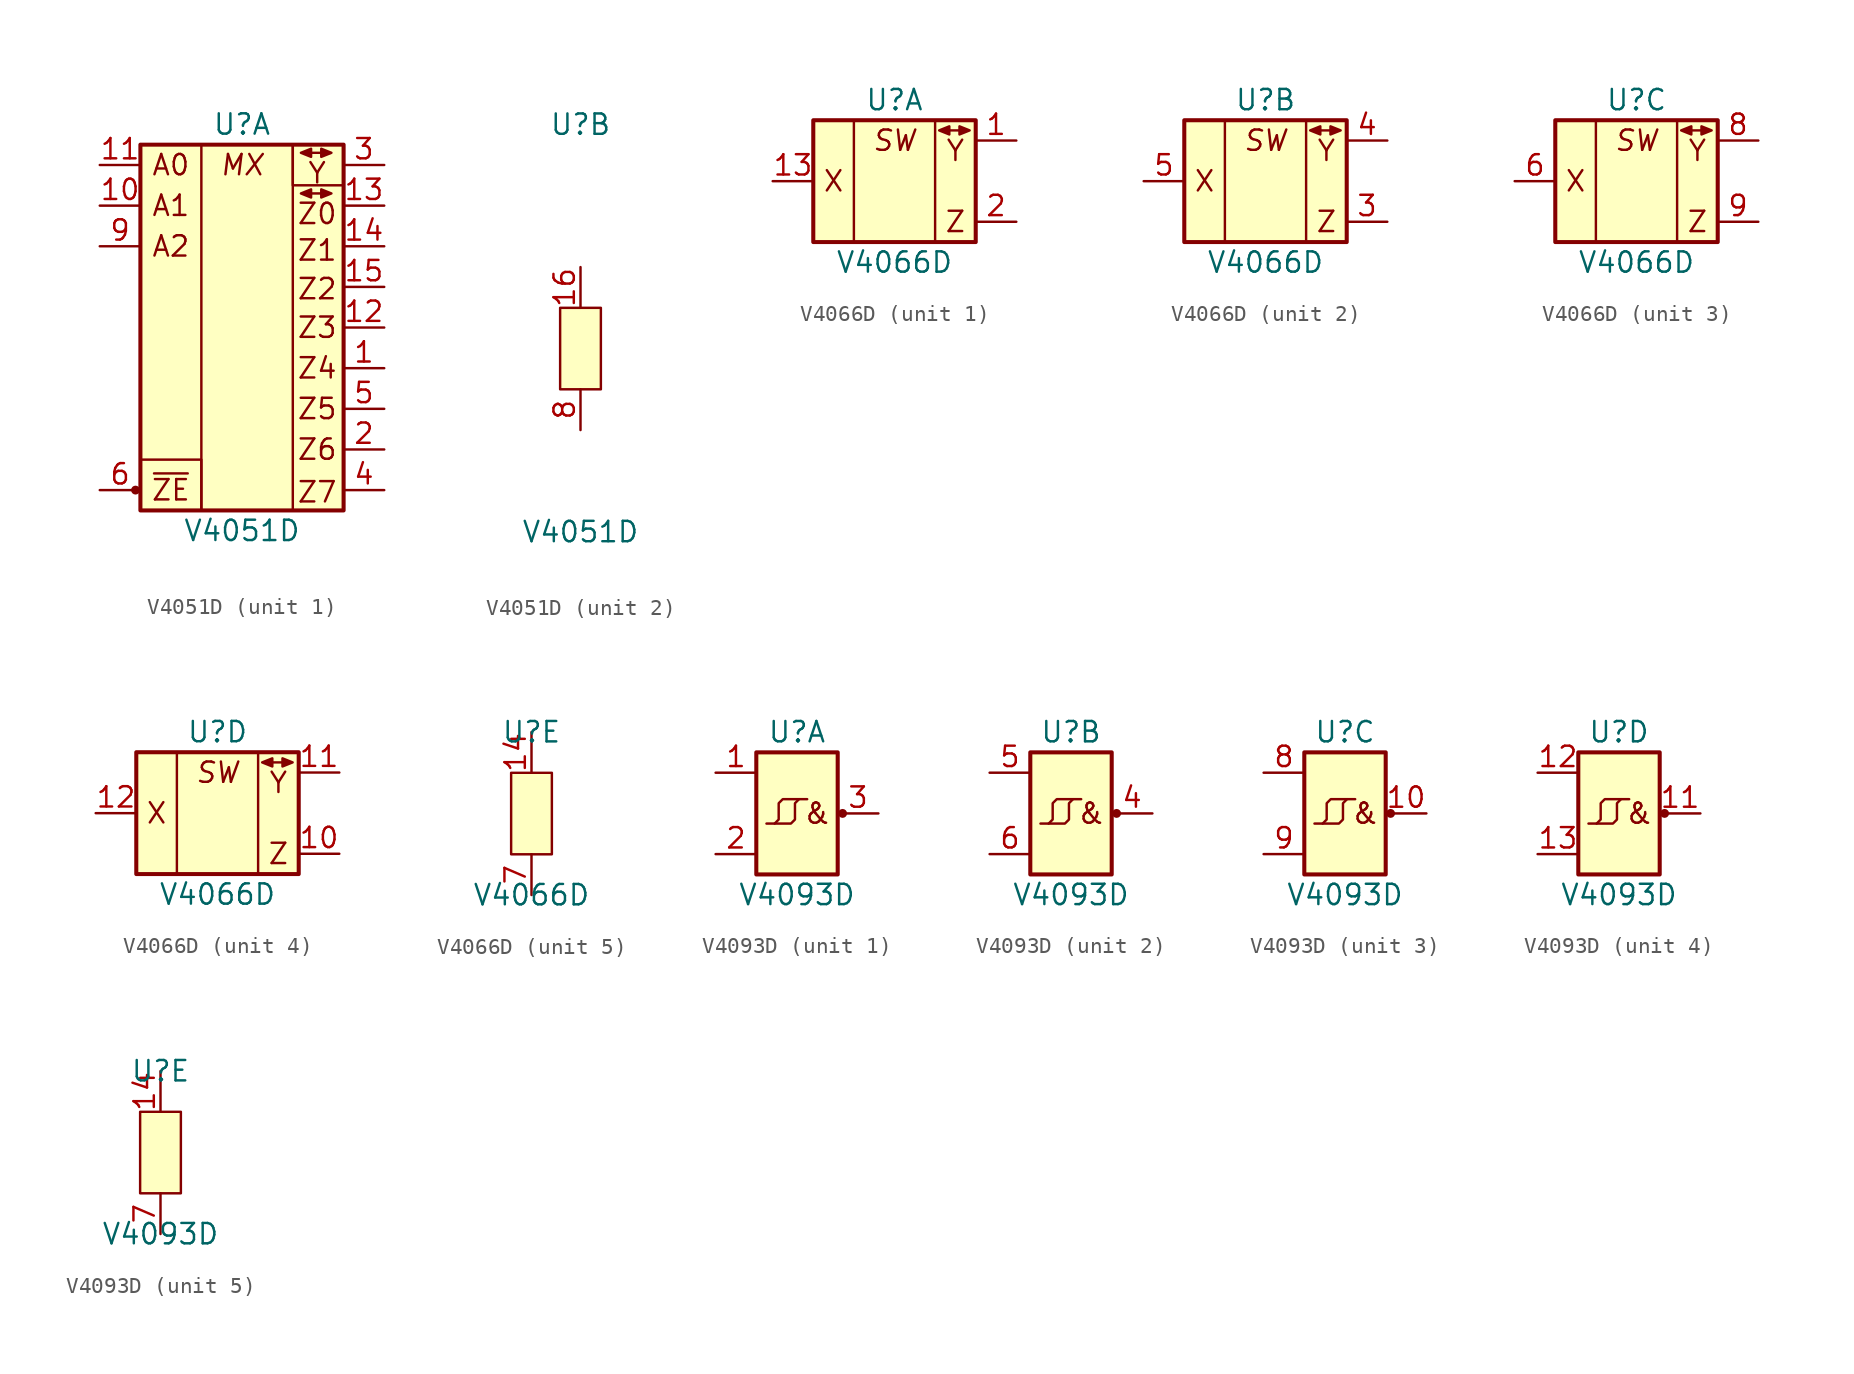
<source format=kicad_sym>
(kicad_symbol_lib
  (version 20211014)
  (generator kicad_symbol_editor)
  (symbol "V4051D"
    (pin_names
      (offset 1.016) hide)
    (property "Reference" "U"
      (at 0 13.97 0)
      (effects (font (size 1.27 1.27))))
    (property "Value" "V4051D"
      (at 0 -11.43 0)
      (effects (font (size 1.27 1.27))))
    (property "ki_locked" ""
      (at 0 0 0)
      (effects (font (size 1.27 1.27))))
    (symbol "V4051D_1_1"
      (circle (center -6.655 -8.89) (radius 0.203) (stroke (width 0) (type default) (color 0 0 0 0)) (fill (type outline)))
      (rectangle (start -6.35 -6.985) (end -2.54 -10.16) (stroke (width 0) (type default) (color 0 0 0 0)) (fill (type none)))
      (rectangle (start -6.35 12.7) (end 6.35 -10.16) (stroke (width 0.254) (type default) (color 0 0 0 0)) (fill (type background)))
      (rectangle (start -2.54 12.7) (end 3.175 -10.16) (stroke (width 0) (type default) (color 0 0 0 0)) (fill (type none)))
      (polyline (pts (xy 4.318 9.652) (xy 4.953 9.652)) (stroke (width 0) (type default) (color 0 0 0 0)) (fill (type none)))
      (polyline (pts (xy 4.318 12.192) (xy 4.953 12.192)) (stroke (width 0) (type default) (color 0 0 0 0)) (fill (type none)))
      (polyline (pts (xy 4.318 9.906) (xy 3.683 9.652) (xy 4.318 9.398) (xy 4.318 9.906)) (stroke (width 0) (type default) (color 0 0 0 0)) (fill (type outline)))
      (polyline (pts (xy 4.318 12.446) (xy 3.683 12.192) (xy 4.318 11.938) (xy 4.318 12.446)) (stroke (width 0) (type default) (color 0 0 0 0)) (fill (type outline)))
      (polyline (pts (xy 4.953 9.906) (xy 5.588 9.652) (xy 4.953 9.398) (xy 4.953 9.906)) (stroke (width 0) (type default) (color 0 0 0 0)) (fill (type outline)))
      (polyline (pts (xy 4.953 12.446) (xy 5.588 12.192) (xy 4.953 11.938) (xy 4.953 12.446)) (stroke (width 0) (type default) (color 0 0 0 0)) (fill (type outline)))
      (rectangle (start 3.175 12.7) (end 6.35 10.16) (stroke (width 0) (type default) (color 0 0 0 0)) (fill (type none)))
      (text "A0" (at -4.445 11.43 0) (effects (font (size 1.27 1.27))))
      (text "A1" (at -4.445 8.89 0) (effects (font (size 1.27 1.27))))
      (text "A2" (at -4.445 6.35 0) (effects (font (size 1.27 1.27))))
      (text "MX" (at 0 11.43 0) (effects (font (size 1.27 1.27) italic)))
      (text "Y" (at 4.699 10.922 0) (effects (font (size 1.27 1.27))))
      (text "Z0" (at 4.699 8.382 0) (effects (font (size 1.27 1.27))))
      (text "Z1" (at 4.699 6.096 0) (effects (font (size 1.27 1.27))))
      (text "Z2" (at 4.699 3.683 0) (effects (font (size 1.27 1.27))))
      (text "Z3" (at 4.699 1.27 0) (effects (font (size 1.27 1.27))))
      (text "Z4" (at 4.699 -1.27 0) (effects (font (size 1.27 1.27))))
      (text "Z5" (at 4.699 -3.81 0) (effects (font (size 1.27 1.27))))
      (text "Z6" (at 4.699 -6.35 0) (effects (font (size 1.27 1.27))))
      (text "Z7" (at 4.699 -9.017 0) (effects (font (size 1.27 1.27))))
      (text "~{ZE}" (at -4.445 -8.89 0) (effects (font (size 1.27 1.27))))
      (pin bidirectional line (at 8.89 -1.27 180) (length 2.54) (name "Z4" (effects (font (size 1.27 1.27)))) (number "1" (effects (font (size 1.27 1.27)))))
      (pin input line (at -8.89 8.89 0) (length 2.54) (name "A1" (effects (font (size 1.27 1.27)))) (number "10" (effects (font (size 1.27 1.27)))))
      (pin input line (at -8.89 11.43 0) (length 2.54) (name "A0" (effects (font (size 1.27 1.27)))) (number "11" (effects (font (size 1.27 1.27)))))
      (pin bidirectional line (at 8.89 1.27 180) (length 2.54) (name "Z3" (effects (font (size 1.27 1.27)))) (number "12" (effects (font (size 1.27 1.27)))))
      (pin bidirectional line (at 8.89 8.89 180) (length 2.54) (name "Z0" (effects (font (size 1.27 1.27)))) (number "13" (effects (font (size 1.27 1.27)))))
      (pin bidirectional line (at 8.89 6.35 180) (length 2.54) (name "Z1" (effects (font (size 1.27 1.27)))) (number "14" (effects (font (size 1.27 1.27)))))
      (pin bidirectional line (at 8.89 3.81 180) (length 2.54) (name "Z2" (effects (font (size 1.27 1.27)))) (number "15" (effects (font (size 1.27 1.27)))))
      (pin bidirectional line (at 8.89 -6.35 180) (length 2.54) (name "Z6" (effects (font (size 1.27 1.27)))) (number "2" (effects (font (size 1.27 1.27)))))
      (pin bidirectional line (at 8.89 11.43 180) (length 2.54) (name "Y" (effects (font (size 1.27 1.27)))) (number "3" (effects (font (size 1.27 1.27)))))
      (pin bidirectional line (at 8.89 -8.89 180) (length 2.54) (name "Z7" (effects (font (size 1.27 1.27)))) (number "4" (effects (font (size 1.27 1.27)))))
      (pin bidirectional line (at 8.89 -3.81 180) (length 2.54) (name "Z5" (effects (font (size 1.27 1.27)))) (number "5" (effects (font (size 1.27 1.27)))))
      (pin input line (at -8.89 -8.89 0) (length 2.54) (name "~{ZE}" (effects (font (size 1.27 1.27)))) (number "6" (effects (font (size 1.27 1.27)))))
      (pin input line (at -8.89 6.35 0) (length 2.54) (name "A2" (effects (font (size 1.27 1.27)))) (number "9" (effects (font (size 1.27 1.27))))))
    (symbol "V4051D_2_1"
      (rectangle (start -1.27 2.54) (end 1.27 -2.54) (stroke (width 0) (type default) (color 0 0 0 0)) (fill (type background)))
      (pin power_in line (at 0 5.08 270) (length 2.54) (name "Vcc" (effects (font (size 1.27 1.27)))) (number "16" (effects (font (size 1.27 1.27)))))
      (pin power_in line (at 0 -5.08 90) (length 2.54) (name "GND" (effects (font (size 1.27 1.27)))) (number "8" (effects (font (size 1.27 1.27)))))))
  (symbol "V4066D"
    (pin_names
      (offset 1.016) hide)
    (property "Reference" "U"
      (at 0 5.08 0)
      (effects (font (size 1.27 1.27))))
    (property "Value" "V4066D"
      (at 0 -5.08 0)
      (effects (font (size 1.27 1.27))))
    (property "ki_locked" ""
      (at 0 0 0)
      (effects (font (size 1.27 1.27))))
    (symbol "V4066D_1_0"
      (pin bidirectional line (at 7.62 2.54 180) (length 2.54) (name "Y0" (effects (font (size 1.27 1.27)))) (number "1" (effects (font (size 1.27 1.27))))))
    (symbol "V4066D_1_1"
      (rectangle (start -5.08 3.81) (end 5.08 -3.81) (stroke (width 0.254) (type default) (color 0 0 0 0)) (fill (type background)))
      (polyline (pts (xy -2.54 3.81) (xy -2.54 -3.81)) (stroke (width 0.152) (type default) (color 0 0 0 0)) (fill (type none)))
      (polyline (pts (xy 2.54 3.81) (xy 2.54 -3.81)) (stroke (width 0.152) (type default) (color 0 0 0 0)) (fill (type none)))
      (polyline (pts (xy 3.429 3.175) (xy 4.064 3.175)) (stroke (width 0) (type default) (color 0 0 0 0)) (fill (type none)))
      (polyline (pts (xy 3.429 3.429) (xy 2.794 3.175) (xy 3.429 2.921) (xy 3.429 3.429)) (stroke (width 0) (type default) (color 0 0 0 0)) (fill (type outline)))
      (polyline (pts (xy 4.064 3.429) (xy 4.699 3.175) (xy 4.064 2.921) (xy 4.064 3.429)) (stroke (width 0) (type default) (color 0 0 0 0)) (fill (type outline)))
      (text "SW" (at 0 2.54 0) (effects (font (size 1.27 1.27) italic)))
      (text "X" (at -3.81 0 0) (effects (font (size 1.27 1.27))))
      (text "Y" (at 3.81 1.905 0) (effects (font (size 1.27 1.27))))
      (text "Z" (at 3.81 -2.54 0) (effects (font (size 1.27 1.27))))
      (pin input line (at -7.62 0 0) (length 2.54) (name "X0" (effects (font (size 1.27 1.27)))) (number "13" (effects (font (size 1.27 1.27)))))
      (pin bidirectional line (at 7.62 -2.54 180) (length 2.54) (name "Z0" (effects (font (size 1.27 1.27)))) (number "2" (effects (font (size 1.27 1.27))))))
    (symbol "V4066D_2_0"
      (pin bidirectional line (at 7.62 2.54 180) (length 2.54) (name "Y1" (effects (font (size 1.27 1.27)))) (number "4" (effects (font (size 1.27 1.27))))))
    (symbol "V4066D_2_1"
      (rectangle (start -5.08 3.81) (end 5.08 -3.81) (stroke (width 0.254) (type default) (color 0 0 0 0)) (fill (type background)))
      (polyline (pts (xy -2.54 3.81) (xy -2.54 -3.81)) (stroke (width 0.152) (type default) (color 0 0 0 0)) (fill (type none)))
      (polyline (pts (xy 2.54 3.81) (xy 2.54 -3.81)) (stroke (width 0.152) (type default) (color 0 0 0 0)) (fill (type none)))
      (polyline (pts (xy 3.429 3.175) (xy 4.064 3.175)) (stroke (width 0) (type default) (color 0 0 0 0)) (fill (type none)))
      (polyline (pts (xy 3.429 3.429) (xy 2.794 3.175) (xy 3.429 2.921) (xy 3.429 3.429)) (stroke (width 0) (type default) (color 0 0 0 0)) (fill (type outline)))
      (polyline (pts (xy 4.064 3.429) (xy 4.699 3.175) (xy 4.064 2.921) (xy 4.064 3.429)) (stroke (width 0) (type default) (color 0 0 0 0)) (fill (type outline)))
      (text "SW" (at 0 2.54 0) (effects (font (size 1.27 1.27) italic)))
      (text "X" (at -3.81 0 0) (effects (font (size 1.27 1.27))))
      (text "Y" (at 3.81 1.905 0) (effects (font (size 1.27 1.27))))
      (text "Z" (at 3.81 -2.54 0) (effects (font (size 1.27 1.27))))
      (pin bidirectional line (at 7.62 -2.54 180) (length 2.54) (name "Z1" (effects (font (size 1.27 1.27)))) (number "3" (effects (font (size 1.27 1.27)))))
      (pin input line (at -7.62 0 0) (length 2.54) (name "X1" (effects (font (size 1.27 1.27)))) (number "5" (effects (font (size 1.27 1.27))))))
    (symbol "V4066D_3_0"
      (pin bidirectional line (at 7.62 2.54 180) (length 2.54) (name "Y2" (effects (font (size 1.27 1.27)))) (number "8" (effects (font (size 1.27 1.27))))))
    (symbol "V4066D_3_1"
      (rectangle (start -5.08 3.81) (end 5.08 -3.81) (stroke (width 0.254) (type default) (color 0 0 0 0)) (fill (type background)))
      (polyline (pts (xy -2.54 3.81) (xy -2.54 -3.81)) (stroke (width 0.152) (type default) (color 0 0 0 0)) (fill (type none)))
      (polyline (pts (xy 2.54 3.81) (xy 2.54 -3.81)) (stroke (width 0.152) (type default) (color 0 0 0 0)) (fill (type none)))
      (polyline (pts (xy 3.429 3.175) (xy 4.064 3.175)) (stroke (width 0) (type default) (color 0 0 0 0)) (fill (type none)))
      (polyline (pts (xy 3.429 3.429) (xy 2.794 3.175) (xy 3.429 2.921) (xy 3.429 3.429)) (stroke (width 0) (type default) (color 0 0 0 0)) (fill (type outline)))
      (polyline (pts (xy 4.064 3.429) (xy 4.699 3.175) (xy 4.064 2.921) (xy 4.064 3.429)) (stroke (width 0) (type default) (color 0 0 0 0)) (fill (type outline)))
      (text "SW" (at 0 2.54 0) (effects (font (size 1.27 1.27) italic)))
      (text "X" (at -3.81 0 0) (effects (font (size 1.27 1.27))))
      (text "Y" (at 3.81 1.905 0) (effects (font (size 1.27 1.27))))
      (text "Z" (at 3.81 -2.54 0) (effects (font (size 1.27 1.27))))
      (pin input line (at -7.62 0 0) (length 2.54) (name "X2" (effects (font (size 1.27 1.27)))) (number "6" (effects (font (size 1.27 1.27)))))
      (pin bidirectional line (at 7.62 -2.54 180) (length 2.54) (name "Z2" (effects (font (size 1.27 1.27)))) (number "9" (effects (font (size 1.27 1.27))))))
    (symbol "V4066D_4_0"
      (pin bidirectional line (at 7.62 2.54 180) (length 2.54) (name "Y3" (effects (font (size 1.27 1.27)))) (number "11" (effects (font (size 1.27 1.27))))))
    (symbol "V4066D_4_1"
      (rectangle (start -5.08 3.81) (end 5.08 -3.81) (stroke (width 0.254) (type default) (color 0 0 0 0)) (fill (type background)))
      (polyline (pts (xy -2.54 3.81) (xy -2.54 -3.81)) (stroke (width 0.152) (type default) (color 0 0 0 0)) (fill (type none)))
      (polyline (pts (xy 2.54 3.81) (xy 2.54 -3.81)) (stroke (width 0.152) (type default) (color 0 0 0 0)) (fill (type none)))
      (polyline (pts (xy 3.429 3.175) (xy 4.064 3.175)) (stroke (width 0) (type default) (color 0 0 0 0)) (fill (type none)))
      (polyline (pts (xy 3.429 3.429) (xy 2.794 3.175) (xy 3.429 2.921) (xy 3.429 3.429)) (stroke (width 0) (type default) (color 0 0 0 0)) (fill (type outline)))
      (polyline (pts (xy 4.064 3.429) (xy 4.699 3.175) (xy 4.064 2.921) (xy 4.064 3.429)) (stroke (width 0) (type default) (color 0 0 0 0)) (fill (type outline)))
      (text "SW" (at 0 2.54 0) (effects (font (size 1.27 1.27) italic)))
      (text "X" (at -3.81 0 0) (effects (font (size 1.27 1.27))))
      (text "Y" (at 3.81 1.905 0) (effects (font (size 1.27 1.27))))
      (text "Z" (at 3.81 -2.54 0) (effects (font (size 1.27 1.27))))
      (pin bidirectional line (at 7.62 -2.54 180) (length 2.54) (name "Z3" (effects (font (size 1.27 1.27)))) (number "10" (effects (font (size 1.27 1.27)))))
      (pin input line (at -7.62 0 0) (length 2.54) (name "X3" (effects (font (size 1.27 1.27)))) (number "12" (effects (font (size 1.27 1.27))))))
    (symbol "V4066D_5_1"
      (rectangle (start -1.27 2.54) (end 1.27 -2.54) (stroke (width 0) (type default) (color 0 0 0 0)) (fill (type background)))
      (pin power_in line (at 0 5.08 270) (length 2.54) (name "Vcc" (effects (font (size 1.27 1.27)))) (number "14" (effects (font (size 1.27 1.27)))))
      (pin power_in line (at 0 -5.08 90) (length 2.54) (name "GND" (effects (font (size 1.27 1.27)))) (number "7" (effects (font (size 1.27 1.27)))))))
  (symbol "V4093D"
    (pin_names
      (offset 1.016) hide)
    (property "Reference" "U"
      (at 0 5.08 0)
      (effects (font (size 1.27 1.27))))
    (property "Value" "V4093D"
      (at 0 -5.08 0)
      (effects (font (size 1.27 1.27))))
    (property "ki_locked" ""
      (at 0 0 0)
      (effects (font (size 1.27 1.27))))
    (symbol "V4093D_1_0"
      (pin output line (at 5.08 0 180) (length 2.54) (name "Y1" (effects (font (size 1.27 1.27)))) (number "3" (effects (font (size 1.27 1.27))))))
    (symbol "V4093D_1_1"
      (rectangle (start -2.54 3.81) (end 2.54 -3.81) (stroke (width 0.254) (type default) (color 0 0 0 0)) (fill (type background)))
      (polyline (pts (xy 0.127 0.889) (xy -0.889 0.889) (xy -1.143 0.635) (xy -1.143 -0.381) (xy -1.397 -0.635)) (stroke (width 0) (type default) (color 0 0 0 0)) (fill (type none)))
      (polyline (pts (xy -1.905 -0.635) (xy -0.381 -0.635) (xy -0.127 -0.381) (xy -0.127 0.635) (xy 0.127 0.889) (xy 0.635 0.889)) (stroke (width 0) (type default) (color 0 0 0 0)) (fill (type none)))
      (circle (center 2.845 0) (radius 0.203) (stroke (width 0) (type default) (color 0 0 0 0)) (fill (type outline)))
      (text "&" (at 1.27 0 0) (effects (font (size 1.27 1.27))))
      (pin input line (at -5.08 2.54 0) (length 2.54) (name "A1" (effects (font (size 1.27 1.27)))) (number "1" (effects (font (size 1.27 1.27)))))
      (pin input line (at -5.08 -2.54 0) (length 2.54) (name "B1" (effects (font (size 1.27 1.27)))) (number "2" (effects (font (size 1.27 1.27))))))
    (symbol "V4093D_2_0"
      (pin output line (at 5.08 0 180) (length 2.54) (name "Y2" (effects (font (size 1.27 1.27)))) (number "4" (effects (font (size 1.27 1.27)))))
      (pin input line (at -5.08 2.54 0) (length 2.54) (name "A2" (effects (font (size 1.27 1.27)))) (number "5" (effects (font (size 1.27 1.27)))))
      (pin input line (at -5.08 -2.54 0) (length 2.54) (name "B2" (effects (font (size 1.27 1.27)))) (number "6" (effects (font (size 1.27 1.27))))))
    (symbol "V4093D_2_1"
      (rectangle (start -2.54 3.81) (end 2.54 -3.81) (stroke (width 0.254) (type default) (color 0 0 0 0)) (fill (type background)))
      (polyline (pts (xy 0.127 0.889) (xy -0.889 0.889) (xy -1.143 0.635) (xy -1.143 -0.381) (xy -1.397 -0.635)) (stroke (width 0) (type default) (color 0 0 0 0)) (fill (type none)))
      (polyline (pts (xy -1.905 -0.635) (xy -0.381 -0.635) (xy -0.127 -0.381) (xy -0.127 0.635) (xy 0.127 0.889) (xy 0.635 0.889)) (stroke (width 0) (type default) (color 0 0 0 0)) (fill (type none)))
      (circle (center 2.845 0) (radius 0.203) (stroke (width 0) (type default) (color 0 0 0 0)) (fill (type outline)))
      (text "&" (at 1.27 0 0) (effects (font (size 1.27 1.27)))))
    (symbol "V4093D_3_0"
      (pin output line (at 5.08 0 180) (length 2.54) (name "Y3" (effects (font (size 1.27 1.27)))) (number "10" (effects (font (size 1.27 1.27))))))
    (symbol "V4093D_3_1"
      (rectangle (start -2.54 3.81) (end 2.54 -3.81) (stroke (width 0.254) (type default) (color 0 0 0 0)) (fill (type background)))
      (polyline (pts (xy 0.127 0.889) (xy -0.889 0.889) (xy -1.143 0.635) (xy -1.143 -0.381) (xy -1.397 -0.635)) (stroke (width 0) (type default) (color 0 0 0 0)) (fill (type none)))
      (polyline (pts (xy -1.905 -0.635) (xy -0.381 -0.635) (xy -0.127 -0.381) (xy -0.127 0.635) (xy 0.127 0.889) (xy 0.635 0.889)) (stroke (width 0) (type default) (color 0 0 0 0)) (fill (type none)))
      (circle (center 2.845 0) (radius 0.203) (stroke (width 0) (type default) (color 0 0 0 0)) (fill (type outline)))
      (text "&" (at 1.27 0 0) (effects (font (size 1.27 1.27))))
      (pin input line (at -5.08 2.54 0) (length 2.54) (name "A3" (effects (font (size 1.27 1.27)))) (number "8" (effects (font (size 1.27 1.27)))))
      (pin input line (at -5.08 -2.54 0) (length 2.54) (name "B3" (effects (font (size 1.27 1.27)))) (number "9" (effects (font (size 1.27 1.27))))))
    (symbol "V4093D_4_0"
      (pin output line (at 5.08 0 180) (length 2.54) (name "Y4" (effects (font (size 1.27 1.27)))) (number "11" (effects (font (size 1.27 1.27))))))
    (symbol "V4093D_4_1"
      (rectangle (start -2.54 3.81) (end 2.54 -3.81) (stroke (width 0.254) (type default) (color 0 0 0 0)) (fill (type background)))
      (polyline (pts (xy 0.127 0.889) (xy -0.889 0.889) (xy -1.143 0.635) (xy -1.143 -0.381) (xy -1.397 -0.635)) (stroke (width 0) (type default) (color 0 0 0 0)) (fill (type none)))
      (polyline (pts (xy -1.905 -0.635) (xy -0.381 -0.635) (xy -0.127 -0.381) (xy -0.127 0.635) (xy 0.127 0.889) (xy 0.635 0.889)) (stroke (width 0) (type default) (color 0 0 0 0)) (fill (type none)))
      (circle (center 2.845 0) (radius 0.203) (stroke (width 0) (type default) (color 0 0 0 0)) (fill (type outline)))
      (text "&" (at 1.27 0 0) (effects (font (size 1.27 1.27))))
      (pin input line (at -5.08 2.54 0) (length 2.54) (name "A4" (effects (font (size 1.27 1.27)))) (number "12" (effects (font (size 1.27 1.27)))))
      (pin input line (at -5.08 -2.54 0) (length 2.54) (name "B4" (effects (font (size 1.27 1.27)))) (number "13" (effects (font (size 1.27 1.27))))))
    (symbol "V4093D_5_1"
      (rectangle (start -1.27 2.54) (end 1.27 -2.54) (stroke (width 0) (type default) (color 0 0 0 0)) (fill (type background)))
      (pin power_in line (at 0 5.08 270) (length 2.54) (name "Vcc" (effects (font (size 1.27 1.27)))) (number "14" (effects (font (size 1.27 1.27)))))
      (pin power_in line (at 0 -5.08 90) (length 2.54) (name "GND" (effects (font (size 1.27 1.27)))) (number "7" (effects (font (size 1.27 1.27))))))))
</source>
